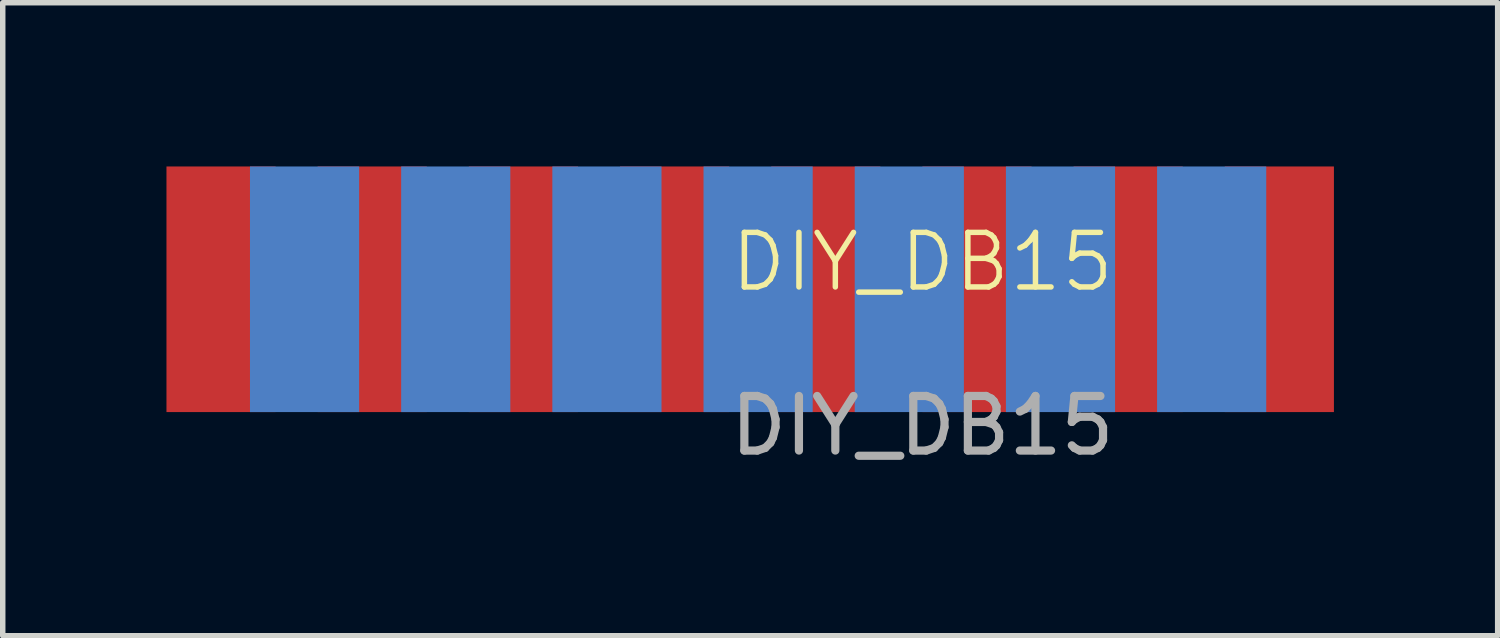
<source format=kicad_pcb>
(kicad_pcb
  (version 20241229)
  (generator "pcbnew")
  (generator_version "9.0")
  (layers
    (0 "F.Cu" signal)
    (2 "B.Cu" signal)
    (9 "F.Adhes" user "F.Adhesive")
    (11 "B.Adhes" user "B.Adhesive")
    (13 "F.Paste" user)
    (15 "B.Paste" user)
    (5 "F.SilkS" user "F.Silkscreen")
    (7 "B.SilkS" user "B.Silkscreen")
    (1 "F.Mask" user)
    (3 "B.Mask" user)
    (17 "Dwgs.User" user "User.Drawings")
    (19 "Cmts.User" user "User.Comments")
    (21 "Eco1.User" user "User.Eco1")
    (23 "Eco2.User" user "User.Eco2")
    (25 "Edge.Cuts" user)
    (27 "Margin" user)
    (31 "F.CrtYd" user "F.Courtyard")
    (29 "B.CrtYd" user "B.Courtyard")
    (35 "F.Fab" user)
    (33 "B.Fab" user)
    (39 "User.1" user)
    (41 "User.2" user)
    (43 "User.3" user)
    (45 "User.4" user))
  (footprint "DIY_DB15"
    (layer "F.Cu")
    (at 10.85 2.25)
    (property "Reference" "DIY_DB15" (at 3 -0.5 0) (unlocked yes) (layer "F.SilkS") (effects (font (size 1 1) (thickness 0.1))))
    (attr smd)
    (fp_text user "${REFERENCE}" (at 3 2.5 0) (unlocked yes) (layer "F.Fab") (effects (font (size 1 1) (thickness 0.15))))
    (pad "1" smd rect (at 9.54 0 90) (size 4.5 2) (layers "F.Cu" "F.Mask" "F.Paste"))
    (pad "2" smd rect (at 6.77 0 90) (size 4.5 2) (layers "F.Cu" "F.Mask" "F.Paste"))
    (pad "3" smd rect (at 4 0 90) (size 4.5 2) (layers "F.Cu" "F.Mask" "F.Paste"))
    (pad "4" smd rect (at 1.23 0 90) (size 4.5 2) (layers "F.Cu" "F.Mask" "F.Paste"))
    (pad "5" smd rect (at -1.54 0 90) (size 4.5 2) (layers "F.Cu" "F.Mask" "F.Paste"))
    (pad "6" smd rect (at -4.31 0 90) (size 4.5 2) (layers "F.Cu" "F.Mask" "F.Paste"))
    (pad "7" smd rect (at -7.08 0 90) (size 4.5 2) (layers "F.Cu" "F.Mask" "F.Paste"))
    (pad "8" smd rect (at -9.85 0 90) (size 4.5 2) (layers "F.Cu" "F.Mask" "F.Paste"))
    (pad "9" smd rect (at 8.3 0 270) (size 4.5 2) (layers "B.Cu" "B.Mask" "B.Paste"))
    (pad "10" smd rect (at 5.53 0 270) (size 4.5 2) (layers "B.Cu" "B.Mask" "B.Paste"))
    (pad "11" smd rect (at 2.76 0 270) (size 4.5 2) (layers "B.Cu" "B.Mask" "B.Paste"))
    (pad "12" smd rect (at -0.01 0 270) (size 4.5 2) (layers "B.Cu" "B.Mask" "B.Paste"))
    (pad "13" smd rect (at -2.78 0 270) (size 4.5 2) (layers "B.Cu" "B.Mask" "B.Paste"))
    (pad "14" smd rect (at -5.55 0 270) (size 4.5 2) (layers "B.Cu" "B.Mask" "B.Paste"))
    (pad "15" smd rect (at -8.32 0 270) (size 4.5 2) (layers "B.Cu" "B.Mask" "B.Paste")))
  (gr_rect
    (start -3 -3)
    (end 24.39 8.598)
    (stroke (width 0.1) (type default))
    (fill no)
    (layer "Edge.Cuts")))
</source>
